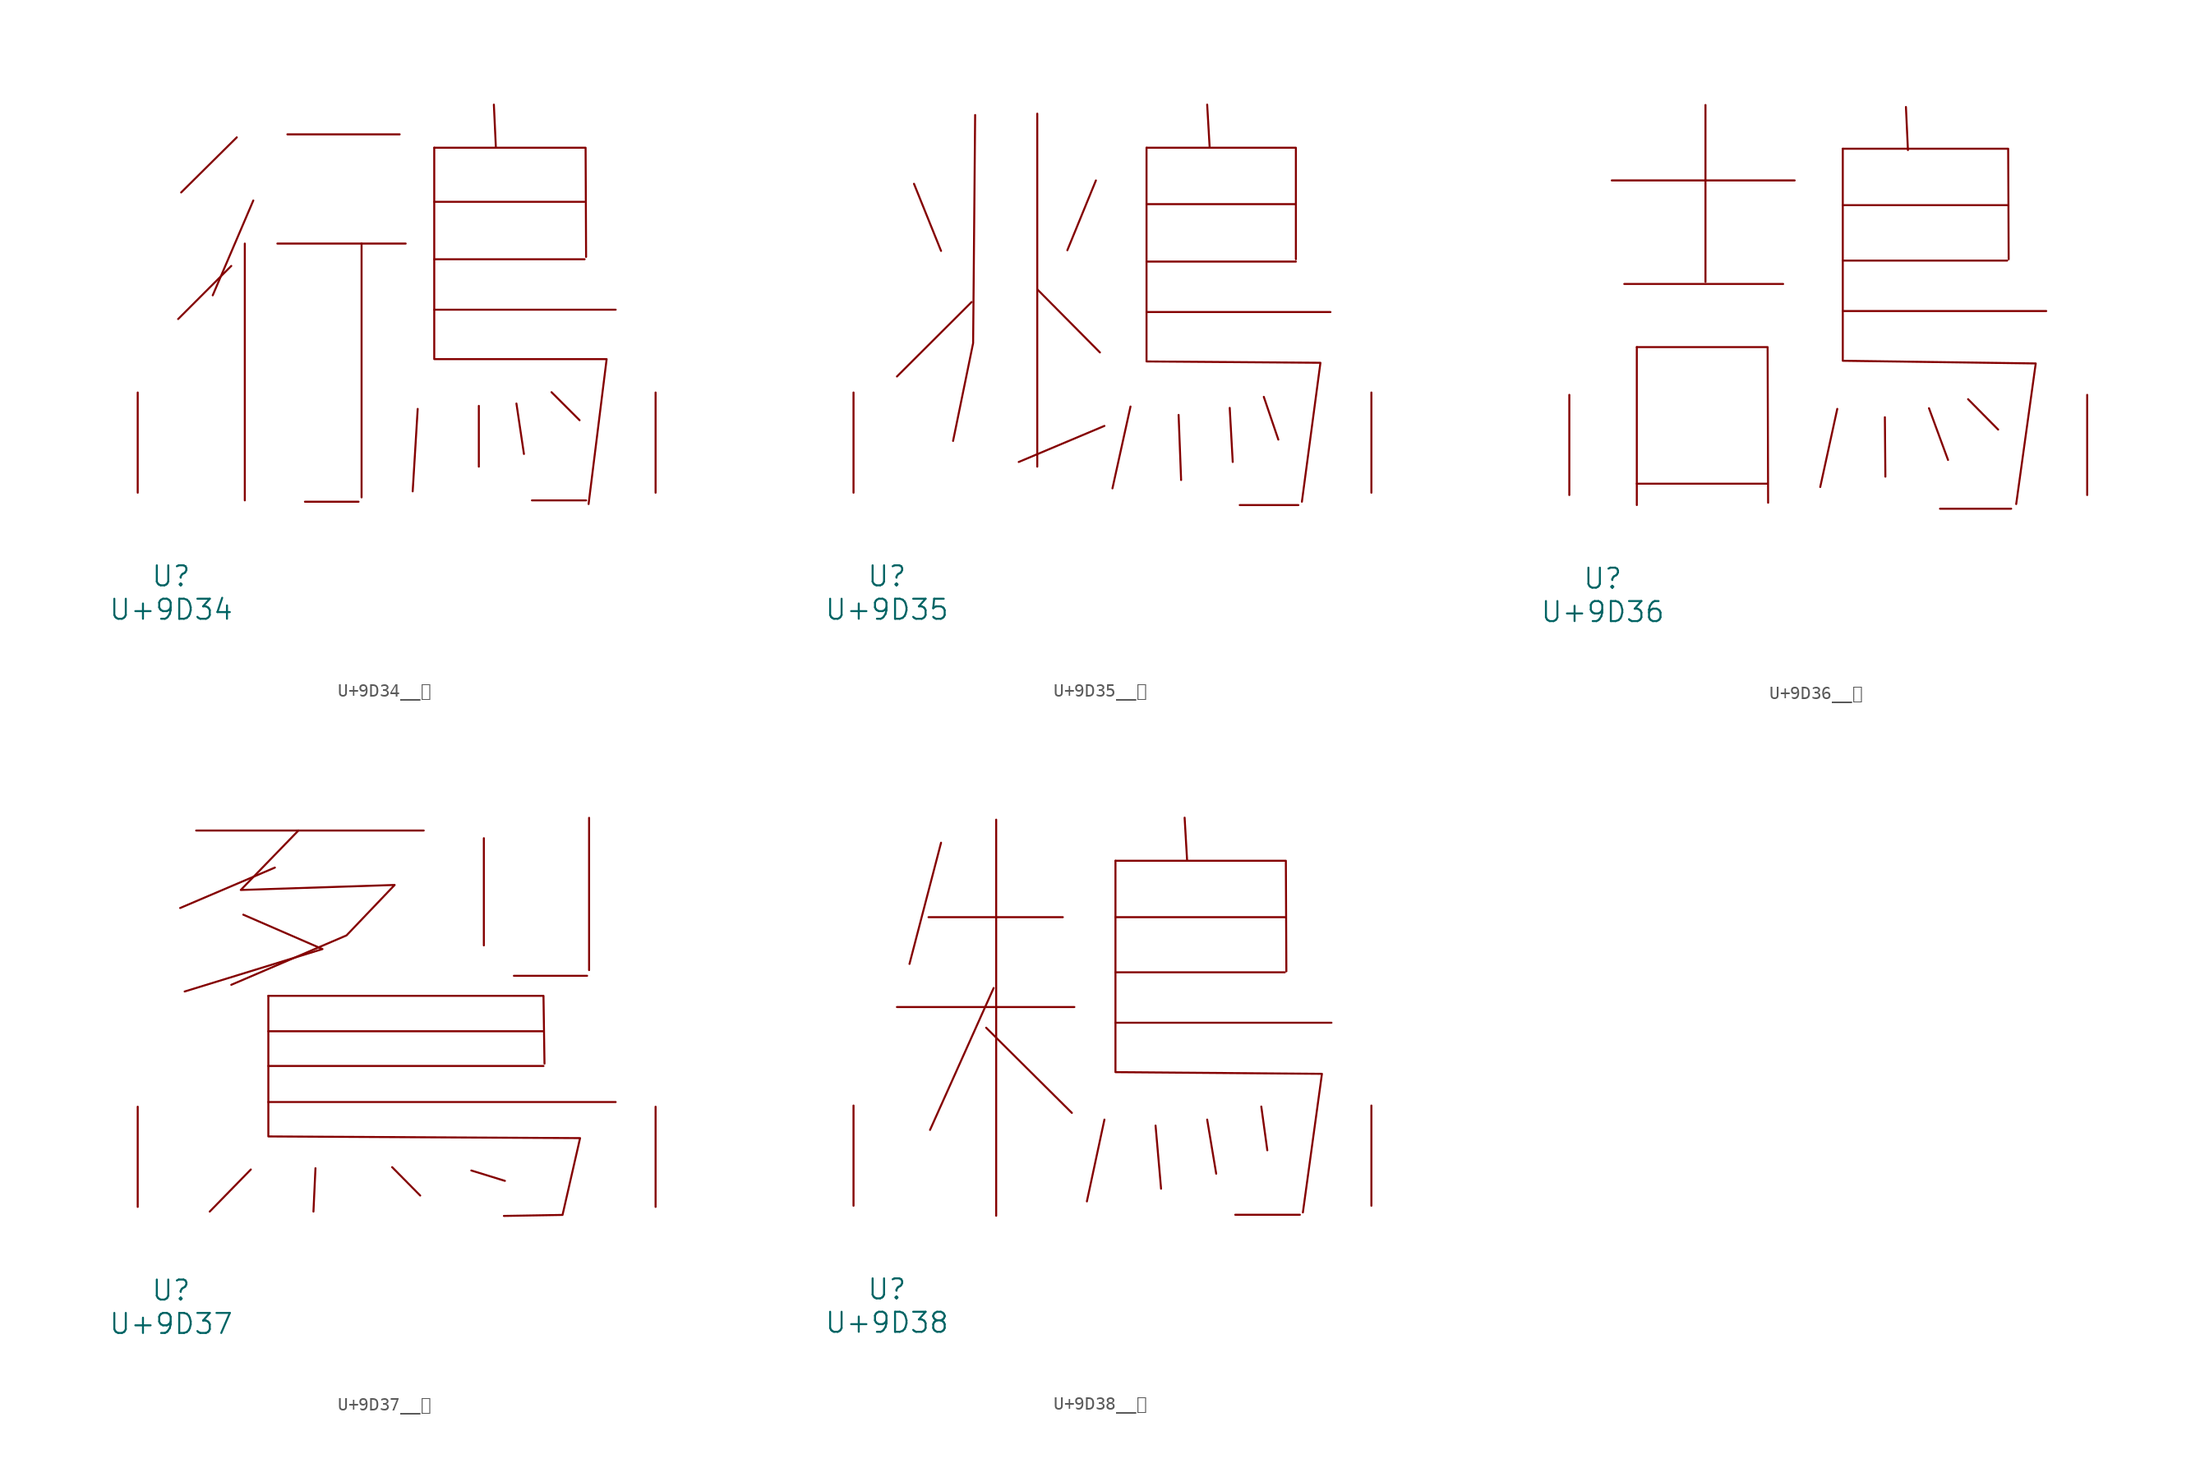
<source format=kicad_sym>
(kicad_symbol_lib
  (version 20231120)
  (generator "kicad_symbol_editor")
  (generator_version "8.0")
  (symbol "U+9D34__鴴"
    (pin_names
      (offset 1.016))
    (property "Reference" "U"
      (at 0 -6.35 0)
      (effects (font (size 1.524 1.524))))
    (property "Value" "U+9D34"
      (at 0 -8.89 0)
      (effects (font (size 1.524 1.524))))
    (symbol "U+9D34__鴴_0_1"
      (polyline (pts (xy 4.572 17.247) (xy 0.533 13.208)) (stroke (width 0) (type solid)) (fill (type none)))
      (polyline (pts (xy 4.991 27.026) (xy 0.762 22.835)) (stroke (width 0) (type solid)) (fill (type none)))
      (polyline (pts (xy 5.601 18.948) (xy 5.601 -0.584)) (stroke (width 0) (type solid)) (fill (type none)))
      (polyline (pts (xy 6.248 22.225) (xy 3.162 15.011)) (stroke (width 0) (type solid)) (fill (type none)))
      (polyline (pts (xy 8.077 18.948) (xy 17.831 18.948)) (stroke (width 0) (type solid)) (fill (type none)))
      (polyline (pts (xy 8.839 27.254) (xy 17.374 27.254)) (stroke (width 0) (type solid)) (fill (type none)))
      (polyline (pts (xy 10.173 -0.686) (xy 14.249 -0.686)) (stroke (width 0) (type solid)) (fill (type none)))
      (polyline (pts (xy 14.478 18.948) (xy 14.478 -0.356)) (stroke (width 0) (type solid)) (fill (type none)))
      (polyline (pts (xy 18.745 6.375) (xy 18.364 0.102)) (stroke (width 0) (type solid)) (fill (type none)))
      (polyline (pts (xy 20.003 13.919) (xy 33.795 13.919)) (stroke (width 0) (type solid)) (fill (type none)))
      (polyline (pts (xy 20.003 17.755) (xy 31.433 17.755)) (stroke (width 0) (type solid)) (fill (type none)))
      (polyline (pts (xy 20.003 22.123) (xy 31.433 22.123)) (stroke (width 0) (type solid)) (fill (type none)))
      (polyline (pts (xy 23.393 6.604) (xy 23.393 1.981)) (stroke (width 0) (type solid)) (fill (type none)))
      (polyline (pts (xy 24.536 29.515) (xy 24.689 26.238)) (stroke (width 0) (type solid)) (fill (type none)))
      (polyline (pts (xy 26.251 6.782) (xy 26.822 2.946)) (stroke (width 0) (type solid)) (fill (type none)))
      (polyline (pts (xy 28.918 7.645) (xy 31.052 5.512)) (stroke (width 0) (type solid)) (fill (type none)))
      (polyline (pts (xy 31.547 -0.584) (xy 27.432 -0.584)) (stroke (width 0) (type solid)) (fill (type none)))
      (polyline (pts (xy 20.003 26.238) (xy 31.509 26.238) (xy 31.547 17.932)) (stroke (width 0) (type solid)) (fill (type none)))
      (polyline (pts (xy 20.003 26.238) (xy 20.003 10.16) (xy 33.109 10.16) (xy 31.737 -0.864)) (stroke (width 0) (type solid)) (fill (type none)))
      (pin input line (at -2.54 0 90) (length 7.62) (name "~" (effects (font (size 1.27 1.27)))) (number "~" (effects (font (size 1.27 1.27)))))
      (pin input line (at 36.83 0 90) (length 7.62) (name "~" (effects (font (size 1.27 1.27)))) (number "~" (effects (font (size 1.27 1.27)))))))
  (symbol "U+9D35__鴵"
    (pin_names
      (offset 1.016))
    (property "Reference" "U"
      (at 0 -6.35 0)
      (effects (font (size 1.524 1.524))))
    (property "Value" "U+9D35"
      (at 0 -8.89 0)
      (effects (font (size 1.524 1.524))))
    (symbol "U+9D35__鴵_0_1"
      (polyline (pts (xy 2.057 23.495) (xy 4.115 18.39)) (stroke (width 0) (type solid)) (fill (type none)))
      (polyline (pts (xy 6.439 14.503) (xy 0.762 8.839)) (stroke (width 0) (type solid)) (fill (type none)))
      (polyline (pts (xy 11.43 15.469) (xy 16.192 10.668)) (stroke (width 0) (type solid)) (fill (type none)))
      (polyline (pts (xy 11.43 28.829) (xy 11.43 1.981)) (stroke (width 0) (type solid)) (fill (type none)))
      (polyline (pts (xy 15.888 23.749) (xy 13.716 18.44)) (stroke (width 0) (type solid)) (fill (type none)))
      (polyline (pts (xy 16.535 5.08) (xy 10.02 2.337)) (stroke (width 0) (type solid)) (fill (type none)))
      (polyline (pts (xy 18.517 6.553) (xy 17.145 0.33)) (stroke (width 0) (type solid)) (fill (type none)))
      (polyline (pts (xy 19.736 13.741) (xy 33.718 13.741)) (stroke (width 0) (type solid)) (fill (type none)))
      (polyline (pts (xy 19.736 17.577) (xy 31.09 17.577)) (stroke (width 0) (type solid)) (fill (type none)))
      (polyline (pts (xy 19.736 21.946) (xy 31.09 21.946)) (stroke (width 0) (type solid)) (fill (type none)))
      (polyline (pts (xy 22.174 5.918) (xy 22.365 0.965)) (stroke (width 0) (type solid)) (fill (type none)))
      (polyline (pts (xy 24.346 29.515) (xy 24.536 26.238)) (stroke (width 0) (type solid)) (fill (type none)))
      (polyline (pts (xy 26.06 6.452) (xy 26.289 2.337)) (stroke (width 0) (type solid)) (fill (type none)))
      (polyline (pts (xy 26.822 -0.94) (xy 31.28 -0.94)) (stroke (width 0) (type solid)) (fill (type none)))
      (polyline (pts (xy 28.651 7.29) (xy 29.756 4.039)) (stroke (width 0) (type solid)) (fill (type none)))
      (polyline (pts (xy 6.706 28.727) (xy 6.553 11.379) (xy 5.029 3.937)) (stroke (width 0) (type solid)) (fill (type none)))
      (polyline (pts (xy 19.736 26.238) (xy 31.09 26.238) (xy 31.09 17.755)) (stroke (width 0) (type solid)) (fill (type none)))
      (polyline (pts (xy 19.736 26.238) (xy 19.736 9.982) (xy 32.956 9.881) (xy 31.547 -0.686)) (stroke (width 0) (type solid)) (fill (type none)))
      (pin input line (at -2.54 0 90) (length 7.62) (name "~" (effects (font (size 1.27 1.27)))) (number "~" (effects (font (size 1.27 1.27)))))
      (pin input line (at 36.83 0 90) (length 7.62) (name "~" (effects (font (size 1.27 1.27)))) (number "~" (effects (font (size 1.27 1.27)))))))
  (symbol "U+9D36__鴶"
    (pin_names
      (offset 1.016))
    (property "Reference" "U"
      (at 0 -6.35 0)
      (effects (font (size 1.524 1.524))))
    (property "Value" "U+9D36"
      (at 0 -8.89 0)
      (effects (font (size 1.524 1.524))))
    (symbol "U+9D36__鴶_0_1"
      (polyline (pts (xy 0.686 23.927) (xy 14.592 23.927)) (stroke (width 0) (type solid)) (fill (type none)))
      (polyline (pts (xy 1.638 16.053) (xy 13.716 16.053)) (stroke (width 0) (type solid)) (fill (type none)))
      (polyline (pts (xy 2.591 0.864) (xy 12.535 0.864)) (stroke (width 0) (type solid)) (fill (type none)))
      (polyline (pts (xy 2.591 11.252) (xy 2.591 -0.762)) (stroke (width 0) (type solid)) (fill (type none)))
      (polyline (pts (xy 7.811 29.667) (xy 7.811 16.205)) (stroke (width 0) (type solid)) (fill (type none)))
      (polyline (pts (xy 17.831 6.553) (xy 16.535 0.61)) (stroke (width 0) (type solid)) (fill (type none)))
      (polyline (pts (xy 18.25 13.995) (xy 33.718 13.995)) (stroke (width 0) (type solid)) (fill (type none)))
      (polyline (pts (xy 18.25 17.831) (xy 30.747 17.831)) (stroke (width 0) (type solid)) (fill (type none)))
      (polyline (pts (xy 18.25 22.047) (xy 30.747 22.047)) (stroke (width 0) (type solid)) (fill (type none)))
      (polyline (pts (xy 21.45 5.918) (xy 21.488 1.397)) (stroke (width 0) (type solid)) (fill (type none)))
      (polyline (pts (xy 23.05 29.515) (xy 23.203 26.238)) (stroke (width 0) (type solid)) (fill (type none)))
      (polyline (pts (xy 24.803 6.604) (xy 26.251 2.667)) (stroke (width 0) (type solid)) (fill (type none)))
      (polyline (pts (xy 25.641 -1.041) (xy 31.052 -1.041)) (stroke (width 0) (type solid)) (fill (type none)))
      (polyline (pts (xy 27.775 7.29) (xy 30.061 4.978)) (stroke (width 0) (type solid)) (fill (type none)))
      (polyline (pts (xy 2.591 11.252) (xy 12.535 11.252) (xy 12.573 -0.584)) (stroke (width 0) (type solid)) (fill (type none)))
      (polyline (pts (xy 18.25 26.34) (xy 30.823 26.34) (xy 30.861 17.932)) (stroke (width 0) (type solid)) (fill (type none)))
      (polyline (pts (xy 18.25 26.34) (xy 18.25 10.211) (xy 32.918 10.008) (xy 31.433 -0.686)) (stroke (width 0) (type solid)) (fill (type none)))
      (pin input line (at -2.54 0 90) (length 7.62) (name "~" (effects (font (size 1.27 1.27)))) (number "~" (effects (font (size 1.27 1.27)))))
      (pin input line (at 36.83 0 90) (length 7.62) (name "~" (effects (font (size 1.27 1.27)))) (number "~" (effects (font (size 1.27 1.27)))))))
  (symbol "U+9D37__鴷"
    (pin_names
      (offset 1.016))
    (property "Reference" "U"
      (at 0 -6.35 0)
      (effects (font (size 1.524 1.524))))
    (property "Value" "U+9D37"
      (at 0 -8.89 0)
      (effects (font (size 1.524 1.524))))
    (symbol "U+9D37__鴷_0_1"
      (polyline (pts (xy 1.905 28.626) (xy 19.202 28.626)) (stroke (width 0) (type solid)) (fill (type none)))
      (polyline (pts (xy 6.058 2.845) (xy 2.934 -0.356)) (stroke (width 0) (type solid)) (fill (type none)))
      (polyline (pts (xy 7.391 7.976) (xy 33.795 7.976)) (stroke (width 0) (type solid)) (fill (type none)))
      (polyline (pts (xy 7.391 10.719) (xy 28.308 10.719)) (stroke (width 0) (type solid)) (fill (type none)))
      (polyline (pts (xy 7.391 13.36) (xy 28.308 13.36)) (stroke (width 0) (type solid)) (fill (type none)))
      (polyline (pts (xy 7.887 25.806) (xy 0.686 22.733)) (stroke (width 0) (type solid)) (fill (type none)))
      (polyline (pts (xy 10.973 2.946) (xy 10.82 -0.356)) (stroke (width 0) (type solid)) (fill (type none)))
      (polyline (pts (xy 16.802 3.023) (xy 18.936 0.864)) (stroke (width 0) (type solid)) (fill (type none)))
      (polyline (pts (xy 22.822 2.769) (xy 25.375 1.981)) (stroke (width 0) (type solid)) (fill (type none)))
      (polyline (pts (xy 23.774 28.042) (xy 23.774 19.888)) (stroke (width 0) (type solid)) (fill (type none)))
      (polyline (pts (xy 26.06 17.577) (xy 31.623 17.577)) (stroke (width 0) (type solid)) (fill (type none)))
      (polyline (pts (xy 31.775 29.591) (xy 31.775 18.009)) (stroke (width 0) (type solid)) (fill (type none)))
      (polyline (pts (xy 5.486 22.225) (xy 11.506 19.609) (xy 1.029 16.383)) (stroke (width 0) (type solid)) (fill (type none)))
      (polyline (pts (xy 7.391 16.053) (xy 28.308 16.053) (xy 28.384 10.897)) (stroke (width 0) (type solid)) (fill (type none)))
      (polyline (pts (xy 7.391 16.053) (xy 7.391 5.359) (xy 31.09 5.232) (xy 29.756 -0.61) (xy 25.298 -0.686)) (stroke (width 0) (type solid)) (fill (type none)))
      (polyline (pts (xy 9.677 28.626) (xy 5.296 24.105) (xy 16.993 24.486) (xy 13.335 20.65) (xy 4.572 16.891)) (stroke (width 0) (type solid)) (fill (type none)))
      (pin input line (at -2.54 0 90) (length 7.62) (name "~" (effects (font (size 1.27 1.27)))) (number "~" (effects (font (size 1.27 1.27)))))
      (pin input line (at 36.83 0 90) (length 7.62) (name "~" (effects (font (size 1.27 1.27)))) (number "~" (effects (font (size 1.27 1.27)))))))
  (symbol "U+9D38__鴸"
    (pin_names
      (offset 1.016))
    (property "Reference" "U"
      (at 0 -6.35 0)
      (effects (font (size 1.524 1.524))))
    (property "Value" "U+9D38"
      (at 0 -8.89 0)
      (effects (font (size 1.524 1.524))))
    (symbol "U+9D38__鴸_0_1"
      (polyline (pts (xy 0.762 15.113) (xy 14.249 15.113)) (stroke (width 0) (type solid)) (fill (type none)))
      (polyline (pts (xy 3.162 21.946) (xy 13.373 21.946)) (stroke (width 0) (type solid)) (fill (type none)))
      (polyline (pts (xy 4.115 27.61) (xy 1.714 18.39)) (stroke (width 0) (type solid)) (fill (type none)))
      (polyline (pts (xy 7.544 13.538) (xy 14.059 7.061)) (stroke (width 0) (type solid)) (fill (type none)))
      (polyline (pts (xy 8.115 16.561) (xy 3.277 5.766)) (stroke (width 0) (type solid)) (fill (type none)))
      (polyline (pts (xy 8.306 29.362) (xy 8.306 -0.762)) (stroke (width 0) (type solid)) (fill (type none)))
      (polyline (pts (xy 16.535 6.553) (xy 15.202 0.33)) (stroke (width 0) (type solid)) (fill (type none)))
      (polyline (pts (xy 17.374 13.919) (xy 33.795 13.919)) (stroke (width 0) (type solid)) (fill (type none)))
      (polyline (pts (xy 17.374 17.755) (xy 30.251 17.755)) (stroke (width 0) (type solid)) (fill (type none)))
      (polyline (pts (xy 17.374 21.946) (xy 30.251 21.946)) (stroke (width 0) (type solid)) (fill (type none)))
      (polyline (pts (xy 20.422 6.096) (xy 20.841 1.295)) (stroke (width 0) (type solid)) (fill (type none)))
      (polyline (pts (xy 22.631 29.515) (xy 22.822 26.238)) (stroke (width 0) (type solid)) (fill (type none)))
      (polyline (pts (xy 24.346 6.553) (xy 25.032 2.438)) (stroke (width 0) (type solid)) (fill (type none)))
      (polyline (pts (xy 26.48 -0.686) (xy 31.394 -0.686)) (stroke (width 0) (type solid)) (fill (type none)))
      (polyline (pts (xy 28.461 7.544) (xy 28.918 4.216)) (stroke (width 0) (type solid)) (fill (type none)))
      (polyline (pts (xy 17.374 26.238) (xy 30.328 26.238) (xy 30.366 17.831)) (stroke (width 0) (type solid)) (fill (type none)))
      (polyline (pts (xy 17.374 26.238) (xy 17.374 10.16) (xy 33.071 10.033) (xy 31.623 -0.508)) (stroke (width 0) (type solid)) (fill (type none)))
      (pin input line (at -2.54 0 90) (length 7.62) (name "~" (effects (font (size 1.27 1.27)))) (number "~" (effects (font (size 1.27 1.27)))))
      (pin input line (at 36.83 0 90) (length 7.62) (name "~" (effects (font (size 1.27 1.27)))) (number "~" (effects (font (size 1.27 1.27))))))))
</source>
